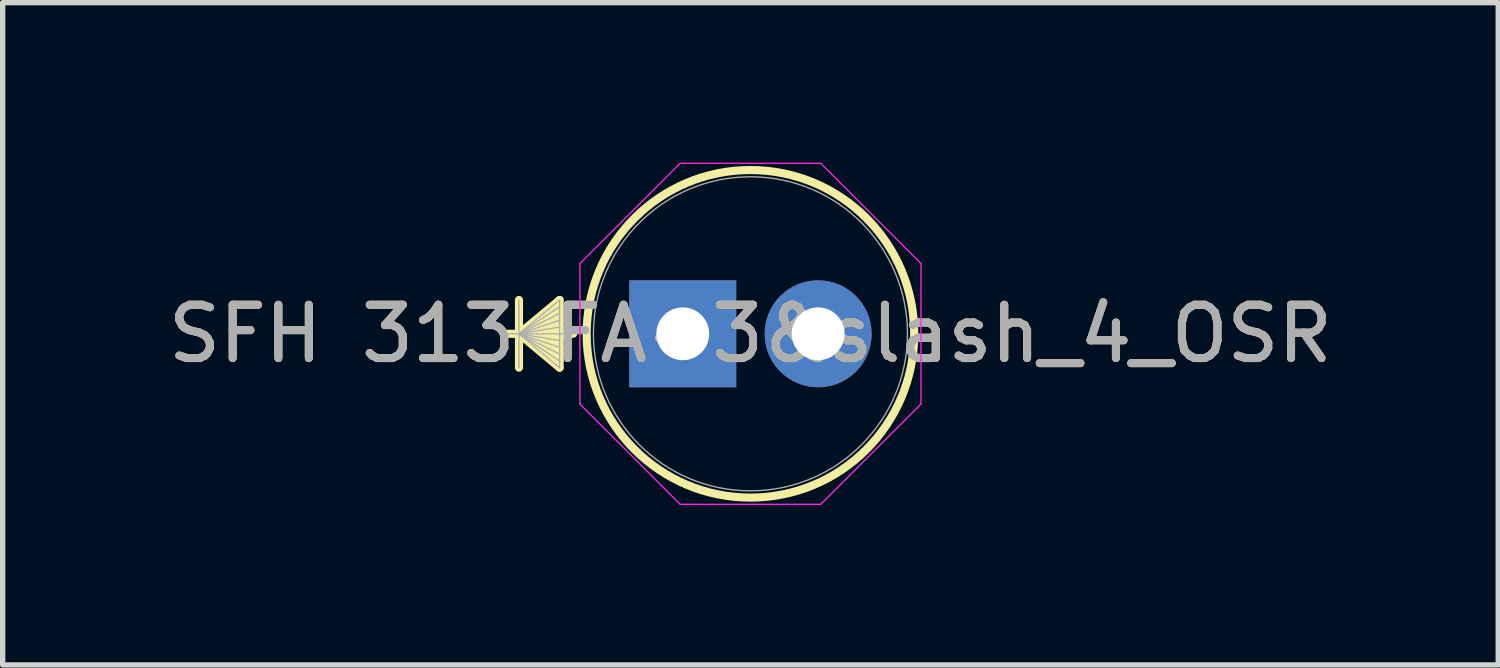
<source format=kicad_pcb>
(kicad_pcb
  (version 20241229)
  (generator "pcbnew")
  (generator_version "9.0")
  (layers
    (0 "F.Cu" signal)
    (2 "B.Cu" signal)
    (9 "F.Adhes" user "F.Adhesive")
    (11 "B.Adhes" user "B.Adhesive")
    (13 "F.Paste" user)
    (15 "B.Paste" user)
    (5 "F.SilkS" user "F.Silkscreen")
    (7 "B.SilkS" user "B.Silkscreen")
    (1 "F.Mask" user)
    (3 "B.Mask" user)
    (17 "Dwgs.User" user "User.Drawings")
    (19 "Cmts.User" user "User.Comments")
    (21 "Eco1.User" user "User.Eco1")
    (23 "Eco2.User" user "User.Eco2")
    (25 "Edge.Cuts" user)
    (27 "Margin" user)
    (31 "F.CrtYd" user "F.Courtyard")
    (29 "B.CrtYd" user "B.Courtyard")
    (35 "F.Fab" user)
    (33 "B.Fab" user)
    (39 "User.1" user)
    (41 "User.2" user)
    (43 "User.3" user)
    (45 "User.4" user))
  (footprint "SFH 313 FA-3&slash_4_OSR"
    (layer "F.Cu")
    (at 9.76 3.213)
    (property "Reference" "SFH 313 FA-3&slash_4_OSR" (at 1.27 0 0) (unlocked yes) (layer "F.SilkS") (effects (font (size 1 1) (thickness 0.15))))
    (attr through_hole)
    (fp_line (start -3.073 -0.635) (end -3.073 0.635) (stroke (width 0.152) (type solid)) (layer "F.SilkS"))
    (fp_line (start -3.073 0) (end -2.311 -0.635) (stroke (width 0.152) (type solid)) (layer "F.SilkS"))
    (fp_line (start -3.073 0) (end -2.311 -0.508) (stroke (width 0.152) (type solid)) (layer "F.SilkS"))
    (fp_line (start -3.073 0) (end -2.311 -0.381) (stroke (width 0.152) (type solid)) (layer "F.SilkS"))
    (fp_line (start -3.073 0) (end -2.311 -0.254) (stroke (width 0.152) (type solid)) (layer "F.SilkS"))
    (fp_line (start -3.073 0) (end -2.311 -0.127) (stroke (width 0.152) (type solid)) (layer "F.SilkS"))
    (fp_line (start -3.073 0) (end -2.311 0.127) (stroke (width 0.152) (type solid)) (layer "F.SilkS"))
    (fp_line (start -3.073 0) (end -2.311 0.254) (stroke (width 0.152) (type solid)) (layer "F.SilkS"))
    (fp_line (start -3.073 0) (end -2.311 0.381) (stroke (width 0.152) (type solid)) (layer "F.SilkS"))
    (fp_line (start -3.073 0) (end -2.311 0.508) (stroke (width 0.152) (type solid)) (layer "F.SilkS"))
    (fp_line (start -3.073 0) (end -2.311 0.635) (stroke (width 0.152) (type solid)) (layer "F.SilkS"))
    (fp_line (start -2.311 -0.635) (end -2.311 0.635) (stroke (width 0.152) (type solid)) (layer "F.SilkS"))
    (fp_line (start -2.057 0) (end -3.327 0) (stroke (width 0.152) (type solid)) (layer "F.SilkS"))
    (fp_circle (center 1.27 0) (end 4.343 0) (stroke (width 0.152) (type solid)) (fill no) (layer "F.SilkS"))
    (fp_line (start -1.93 -1.318) (end -0.048 -3.2) (stroke (width 0.025) (type solid)) (layer "F.CrtYd"))
    (fp_line (start -1.93 1.318) (end -1.93 -1.318) (stroke (width 0.025) (type solid)) (layer "F.CrtYd"))
    (fp_line (start -0.048 -3.2) (end 2.588 -3.2) (stroke (width 0.025) (type solid)) (layer "F.CrtYd"))
    (fp_line (start -0.048 3.2) (end -1.93 1.318) (stroke (width 0.025) (type solid)) (layer "F.CrtYd"))
    (fp_line (start 2.588 -3.2) (end 4.47 -1.318) (stroke (width 0.025) (type solid)) (layer "F.CrtYd"))
    (fp_line (start 2.588 3.2) (end -0.048 3.2) (stroke (width 0.025) (type solid)) (layer "F.CrtYd"))
    (fp_line (start 4.47 -1.318) (end 4.47 1.318) (stroke (width 0.025) (type solid)) (layer "F.CrtYd"))
    (fp_line (start 4.47 1.318) (end 2.588 3.2) (stroke (width 0.025) (type solid)) (layer "F.CrtYd"))
    (fp_line (start -3.073 -0.635) (end -3.073 0.635) (stroke (width 0.025) (type solid)) (layer "F.Fab"))
    (fp_line (start -3.073 0) (end -2.311 -0.635) (stroke (width 0.025) (type solid)) (layer "F.Fab"))
    (fp_line (start -3.073 0) (end -2.311 -0.508) (stroke (width 0.025) (type solid)) (layer "F.Fab"))
    (fp_line (start -3.073 0) (end -2.311 -0.381) (stroke (width 0.025) (type solid)) (layer "F.Fab"))
    (fp_line (start -3.073 0) (end -2.311 -0.254) (stroke (width 0.025) (type solid)) (layer "F.Fab"))
    (fp_line (start -3.073 0) (end -2.311 -0.127) (stroke (width 0.025) (type solid)) (layer "F.Fab"))
    (fp_line (start -3.073 0) (end -2.311 0.127) (stroke (width 0.025) (type solid)) (layer "F.Fab"))
    (fp_line (start -3.073 0) (end -2.311 0.254) (stroke (width 0.025) (type solid)) (layer "F.Fab"))
    (fp_line (start -3.073 0) (end -2.311 0.381) (stroke (width 0.025) (type solid)) (layer "F.Fab"))
    (fp_line (start -3.073 0) (end -2.311 0.508) (stroke (width 0.025) (type solid)) (layer "F.Fab"))
    (fp_line (start -3.073 0) (end -2.311 0.635) (stroke (width 0.025) (type solid)) (layer "F.Fab"))
    (fp_line (start -2.311 -0.635) (end -2.311 0.635) (stroke (width 0.025) (type solid)) (layer "F.Fab"))
    (fp_line (start -2.057 0) (end -3.327 0) (stroke (width 0.025) (type solid)) (layer "F.Fab"))
    (fp_circle (center 1.27 0) (end 4.216 0) (stroke (width 0.025) (type solid)) (fill no) (layer "F.Fab"))
    (fp_text user "${REFERENCE}" (at 1.27 0 0) (unlocked yes) (layer "F.Fab") (effects (font (size 1 1) (thickness 0.15))))
    (pad "1" thru_hole rect (at 0 0) (size 2.007 2.007) (drill 0.991) (layers "*.Cu" "*.Mask"))
    (pad "2" thru_hole circle (at 2.54 0) (size 2.007 2.007) (drill 0.991) (layers "*.Cu" "*.Mask")))
  (gr_rect
    (start -3 -3)
    (end 25.06 9.426)
    (stroke (width 0.1) (type default))
    (fill no)
    (layer "Edge.Cuts")))
</source>
